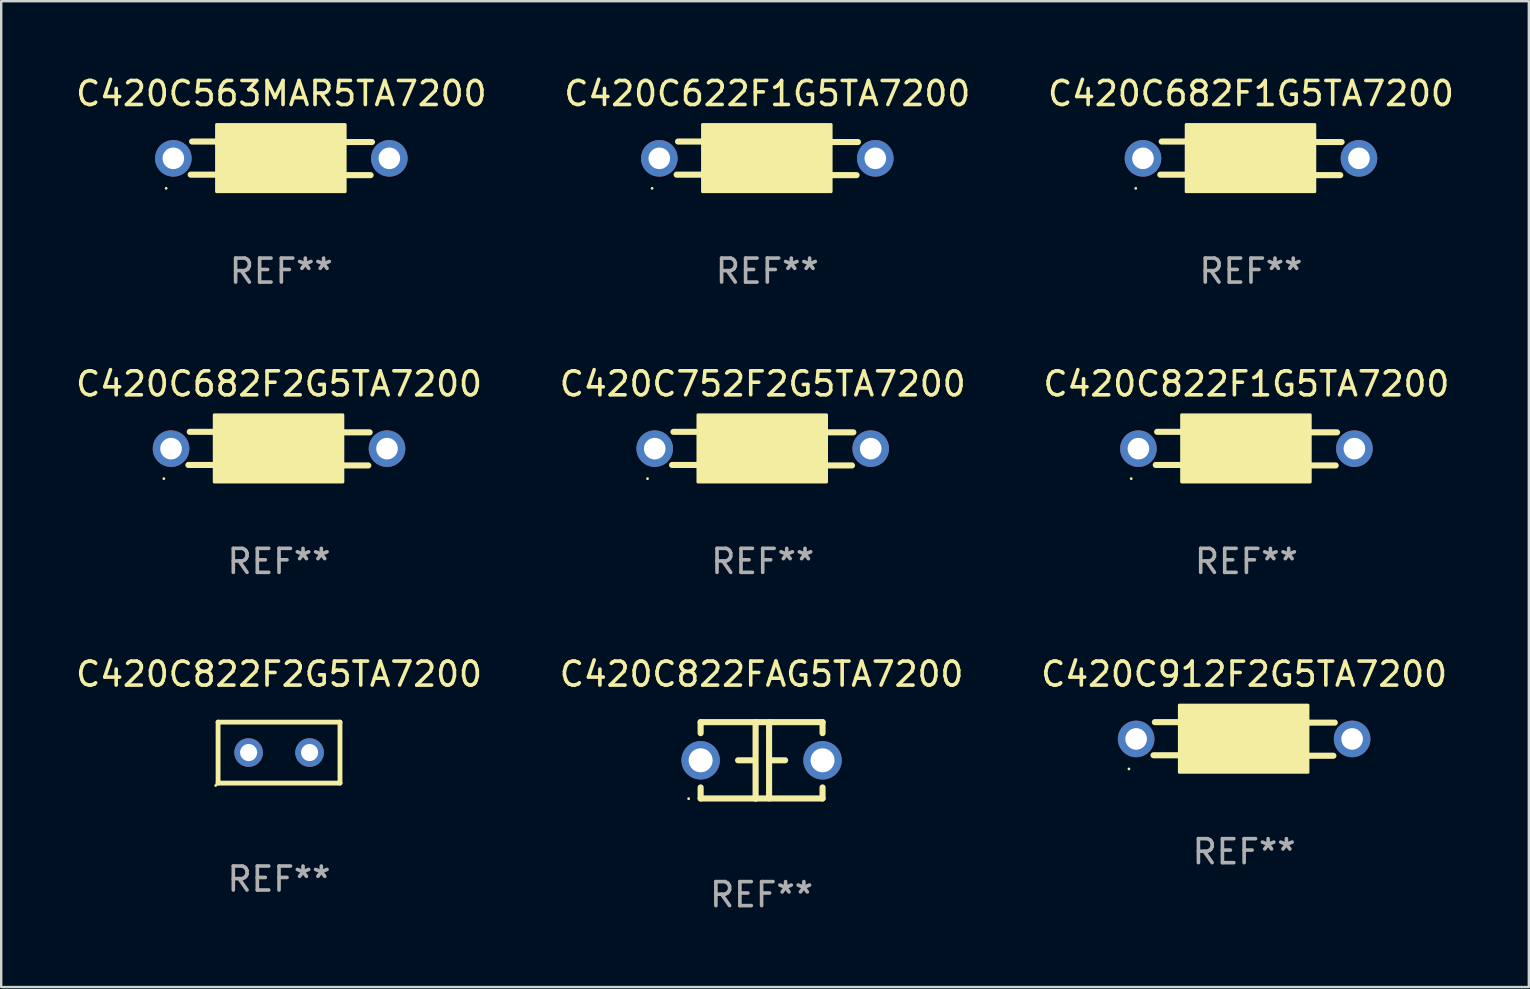
<source format=kicad_pcb>
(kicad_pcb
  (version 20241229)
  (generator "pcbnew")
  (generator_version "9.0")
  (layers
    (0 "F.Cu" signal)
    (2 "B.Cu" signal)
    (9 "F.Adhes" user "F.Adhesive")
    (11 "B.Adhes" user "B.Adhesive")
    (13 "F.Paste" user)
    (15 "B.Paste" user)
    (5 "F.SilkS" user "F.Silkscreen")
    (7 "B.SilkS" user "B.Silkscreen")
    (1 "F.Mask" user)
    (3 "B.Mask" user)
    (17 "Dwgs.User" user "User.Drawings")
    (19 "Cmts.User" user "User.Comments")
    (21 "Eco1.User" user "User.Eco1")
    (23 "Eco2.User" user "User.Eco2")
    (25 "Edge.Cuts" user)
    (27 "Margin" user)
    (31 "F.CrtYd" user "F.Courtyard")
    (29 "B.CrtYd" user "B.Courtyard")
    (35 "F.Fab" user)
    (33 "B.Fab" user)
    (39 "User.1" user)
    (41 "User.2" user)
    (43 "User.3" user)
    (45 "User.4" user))
  (footprint "C420C822F1G5TA7200"
    (layer "F.Cu")
    (at 48.887 15.645)
    (property "Reference" "C420C822F1G5TA7200" (at 0 -2.7 0) (layer "F.SilkS") (effects (font (size 1 1) (thickness 0.15))))
    (attr through_hole)
    (fp_line (start -2.7 -0.7) (end -3.72 -0.7) (stroke (width 0.254) (type solid)) (layer "F.SilkS"))
    (fp_line (start -2.7 0.68) (end -3.777 0.68) (stroke (width 0.254) (type solid)) (layer "F.SilkS"))
    (fp_line (start 2.7 -0.68) (end 3.777 -0.68) (stroke (width 0.254) (type solid)) (layer "F.SilkS"))
    (fp_line (start 2.7 0.7) (end 3.72 0.7) (stroke (width 0.254) (type solid)) (layer "F.SilkS"))
    (fp_circle (center -4.8 1.25) (end -4.77 1.25) (stroke (width 0.06) (type solid)) (fill no) (layer "F.SilkS"))
    (fp_poly (pts (xy -2.7 -1.41) (xy 2.66 -1.41) (xy 2.66 1.39) (xy -2.7 1.39)) (stroke (width 0.12) (type solid)) (fill yes) (layer "F.SilkS"))
    (fp_text user "REF**" (at 0 4.7 0) (layer "F.Fab") (effects (font (size 1 1) (thickness 0.15))))
    (pad "1" thru_hole circle (at -4.5 0) (size 1.524 1.524) (drill 0.9) (layers "*.Cu" "*.Mask"))
    (pad "2" thru_hole circle (at 4.5 0) (size 1.524 1.524) (drill 0.9) (layers "*.Cu" "*.Mask")))
  (footprint "C420C822F2G5TA7200"
    (layer "F.Cu")
    (at 8.577 28.311)
    (property "Reference" "C420C822F2G5TA7200" (at 0 -3.27 0) (layer "F.SilkS") (effects (font (size 1 1) (thickness 0.15))))
    (attr through_hole)
    (fp_line (start -2.54 -1.27) (end -2.54 1.27) (stroke (width 0.201) (type solid)) (layer "F.SilkS"))
    (fp_line (start -2.54 1.27) (end 2.54 1.27) (stroke (width 0.201) (type solid)) (layer "F.SilkS"))
    (fp_line (start 2.54 -1.27) (end -2.54 -1.27) (stroke (width 0.201) (type solid)) (layer "F.SilkS"))
    (fp_line (start 2.54 1.27) (end 2.54 -1.27) (stroke (width 0.201) (type solid)) (layer "F.SilkS"))
    (fp_circle (center -2.64 1.37) (end -2.61 1.37) (stroke (width 0.06) (type solid)) (fill no) (layer "F.SilkS"))
    (fp_text user "REF**" (at 0 5.27 0) (layer "F.Fab") (effects (font (size 1 1) (thickness 0.15))))
    (pad "1" thru_hole circle (at -1.267 -0.003) (size 1.194 1.194) (drill 0.711) (layers "*.Cu" "*.Mask"))
    (pad "2" thru_hole circle (at 1.273 -0.003) (size 1.194 1.194) (drill 0.711) (layers "*.Cu" "*.Mask")))
  (footprint "C420C752F2G5TA7200"
    (layer "F.Cu")
    (at 28.732 15.645)
    (property "Reference" "C420C752F2G5TA7200" (at 0 -2.7 0) (layer "F.SilkS") (effects (font (size 1 1) (thickness 0.15))))
    (attr through_hole)
    (fp_line (start -2.7 -0.7) (end -3.72 -0.7) (stroke (width 0.254) (type solid)) (layer "F.SilkS"))
    (fp_line (start -2.7 0.68) (end -3.777 0.68) (stroke (width 0.254) (type solid)) (layer "F.SilkS"))
    (fp_line (start 2.7 -0.68) (end 3.777 -0.68) (stroke (width 0.254) (type solid)) (layer "F.SilkS"))
    (fp_line (start 2.7 0.7) (end 3.72 0.7) (stroke (width 0.254) (type solid)) (layer "F.SilkS"))
    (fp_circle (center -4.8 1.25) (end -4.77 1.25) (stroke (width 0.06) (type solid)) (fill no) (layer "F.SilkS"))
    (fp_poly (pts (xy -2.7 -1.41) (xy 2.66 -1.41) (xy 2.66 1.39) (xy -2.7 1.39)) (stroke (width 0.12) (type solid)) (fill yes) (layer "F.SilkS"))
    (fp_text user "REF**" (at 0 4.7 0) (layer "F.Fab") (effects (font (size 1 1) (thickness 0.15))))
    (pad "1" thru_hole circle (at -4.5 0) (size 1.524 1.524) (drill 0.9) (layers "*.Cu" "*.Mask"))
    (pad "2" thru_hole circle (at 4.5 0) (size 1.524 1.524) (drill 0.9) (layers "*.Cu" "*.Mask")))
  (footprint "C420C682F2G5TA7200"
    (layer "F.Cu")
    (at 8.577 15.645)
    (property "Reference" "C420C682F2G5TA7200" (at 0 -2.7 0) (layer "F.SilkS") (effects (font (size 1 1) (thickness 0.15))))
    (attr through_hole)
    (fp_line (start -2.7 -0.7) (end -3.72 -0.7) (stroke (width 0.254) (type solid)) (layer "F.SilkS"))
    (fp_line (start -2.7 0.68) (end -3.777 0.68) (stroke (width 0.254) (type solid)) (layer "F.SilkS"))
    (fp_line (start 2.7 -0.68) (end 3.777 -0.68) (stroke (width 0.254) (type solid)) (layer "F.SilkS"))
    (fp_line (start 2.7 0.7) (end 3.72 0.7) (stroke (width 0.254) (type solid)) (layer "F.SilkS"))
    (fp_circle (center -4.8 1.25) (end -4.77 1.25) (stroke (width 0.06) (type solid)) (fill no) (layer "F.SilkS"))
    (fp_poly (pts (xy -2.7 -1.41) (xy 2.66 -1.41) (xy 2.66 1.39) (xy -2.7 1.39)) (stroke (width 0.12) (type solid)) (fill yes) (layer "F.SilkS"))
    (fp_text user "REF**" (at 0 4.7 0) (layer "F.Fab") (effects (font (size 1 1) (thickness 0.15))))
    (pad "1" thru_hole circle (at -4.5 0) (size 1.524 1.524) (drill 0.9) (layers "*.Cu" "*.Mask"))
    (pad "2" thru_hole circle (at 4.5 0) (size 1.524 1.524) (drill 0.9) (layers "*.Cu" "*.Mask")))
  (footprint "C420C682F1G5TA7200"
    (layer "F.Cu")
    (at 49.077 3.548)
    (property "Reference" "C420C682F1G5TA7200" (at 0 -2.7 0) (layer "F.SilkS") (effects (font (size 1 1) (thickness 0.15))))
    (attr through_hole)
    (fp_line (start -2.7 -0.7) (end -3.72 -0.7) (stroke (width 0.254) (type solid)) (layer "F.SilkS"))
    (fp_line (start -2.7 0.68) (end -3.777 0.68) (stroke (width 0.254) (type solid)) (layer "F.SilkS"))
    (fp_line (start 2.7 -0.68) (end 3.777 -0.68) (stroke (width 0.254) (type solid)) (layer "F.SilkS"))
    (fp_line (start 2.7 0.7) (end 3.72 0.7) (stroke (width 0.254) (type solid)) (layer "F.SilkS"))
    (fp_circle (center -4.8 1.25) (end -4.77 1.25) (stroke (width 0.06) (type solid)) (fill no) (layer "F.SilkS"))
    (fp_poly (pts (xy -2.7 -1.41) (xy 2.66 -1.41) (xy 2.66 1.39) (xy -2.7 1.39)) (stroke (width 0.12) (type solid)) (fill yes) (layer "F.SilkS"))
    (fp_text user "REF**" (at 0 4.7 0) (layer "F.Fab") (effects (font (size 1 1) (thickness 0.15))))
    (pad "1" thru_hole circle (at -4.5 0) (size 1.524 1.524) (drill 0.9) (layers "*.Cu" "*.Mask"))
    (pad "2" thru_hole circle (at 4.5 0) (size 1.524 1.524) (drill 0.9) (layers "*.Cu" "*.Mask")))
  (footprint "C420C563MAR5TA7200"
    (layer "F.Cu")
    (at 8.673 3.548)
    (property "Reference" "C420C563MAR5TA7200" (at 0 -2.7 0) (layer "F.SilkS") (effects (font (size 1 1) (thickness 0.15))))
    (attr through_hole)
    (fp_line (start -2.7 -0.7) (end -3.72 -0.7) (stroke (width 0.254) (type solid)) (layer "F.SilkS"))
    (fp_line (start -2.7 0.68) (end -3.777 0.68) (stroke (width 0.254) (type solid)) (layer "F.SilkS"))
    (fp_line (start 2.7 -0.68) (end 3.777 -0.68) (stroke (width 0.254) (type solid)) (layer "F.SilkS"))
    (fp_line (start 2.7 0.7) (end 3.72 0.7) (stroke (width 0.254) (type solid)) (layer "F.SilkS"))
    (fp_circle (center -4.8 1.25) (end -4.77 1.25) (stroke (width 0.06) (type solid)) (fill no) (layer "F.SilkS"))
    (fp_poly (pts (xy -2.7 -1.41) (xy 2.66 -1.41) (xy 2.66 1.39) (xy -2.7 1.39)) (stroke (width 0.12) (type solid)) (fill yes) (layer "F.SilkS"))
    (fp_text user "REF**" (at 0 4.7 0) (layer "F.Fab") (effects (font (size 1 1) (thickness 0.15))))
    (pad "1" thru_hole circle (at -4.5 0) (size 1.524 1.524) (drill 0.9) (layers "*.Cu" "*.Mask"))
    (pad "2" thru_hole circle (at 4.5 0) (size 1.524 1.524) (drill 0.9) (layers "*.Cu" "*.Mask")))
  (footprint "C420C622F1G5TA7200"
    (layer "F.Cu")
    (at 28.923 3.548)
    (property "Reference" "C420C622F1G5TA7200" (at 0 -2.7 0) (layer "F.SilkS") (effects (font (size 1 1) (thickness 0.15))))
    (attr through_hole)
    (fp_line (start -2.7 -0.7) (end -3.72 -0.7) (stroke (width 0.254) (type solid)) (layer "F.SilkS"))
    (fp_line (start -2.7 0.68) (end -3.777 0.68) (stroke (width 0.254) (type solid)) (layer "F.SilkS"))
    (fp_line (start 2.7 -0.68) (end 3.777 -0.68) (stroke (width 0.254) (type solid)) (layer "F.SilkS"))
    (fp_line (start 2.7 0.7) (end 3.72 0.7) (stroke (width 0.254) (type solid)) (layer "F.SilkS"))
    (fp_circle (center -4.8 1.25) (end -4.77 1.25) (stroke (width 0.06) (type solid)) (fill no) (layer "F.SilkS"))
    (fp_poly (pts (xy -2.7 -1.41) (xy 2.66 -1.41) (xy 2.66 1.39) (xy -2.7 1.39)) (stroke (width 0.12) (type solid)) (fill yes) (layer "F.SilkS"))
    (fp_text user "REF**" (at 0 4.7 0) (layer "F.Fab") (effects (font (size 1 1) (thickness 0.15))))
    (pad "1" thru_hole circle (at -4.5 0) (size 1.524 1.524) (drill 0.9) (layers "*.Cu" "*.Mask"))
    (pad "2" thru_hole circle (at 4.5 0) (size 1.524 1.524) (drill 0.9) (layers "*.Cu" "*.Mask")))
  (footprint "C420C822FAG5TA7200"
    (layer "F.Cu")
    (at 28.685 28.636)
    (property "Reference" "C420C822FAG5TA7200" (at 0 -3.595 0) (layer "F.SilkS") (effects (font (size 1 1) (thickness 0.15))))
    (attr through_hole)
    (fp_line (start -2.54 -1.595) (end -2.54 -1.136) (stroke (width 0.254) (type solid)) (layer "F.SilkS"))
    (fp_line (start -2.54 -1.595) (end 2.54 -1.595) (stroke (width 0.254) (type solid)) (layer "F.SilkS"))
    (fp_line (start -2.54 1.126) (end -2.54 1.585) (stroke (width 0.254) (type solid)) (layer "F.SilkS"))
    (fp_line (start -0.312 -0.005) (end -0.98 -0.005) (stroke (width 0.254) (type solid)) (layer "F.SilkS"))
    (fp_line (start -0.25 -1.585) (end -0.25 1.595) (stroke (width 0.254) (type solid)) (layer "F.SilkS"))
    (fp_line (start 0.312 -1.595) (end 0.312 1.585) (stroke (width 0.254) (type solid)) (layer "F.SilkS"))
    (fp_line (start 0.312 -0.005) (end 0.98 -0.005) (stroke (width 0.254) (type solid)) (layer "F.SilkS"))
    (fp_line (start 2.54 -1.595) (end 2.54 -1.136) (stroke (width 0.254) (type solid)) (layer "F.SilkS"))
    (fp_line (start 2.54 1.126) (end 2.54 1.585) (stroke (width 0.254) (type solid)) (layer "F.SilkS"))
    (fp_line (start 2.54 1.585) (end -2.54 1.585) (stroke (width 0.254) (type solid)) (layer "F.SilkS"))
    (fp_circle (center -3.04 1.595) (end -3.01 1.595) (stroke (width 0.06) (type solid)) (fill no) (layer "F.SilkS"))
    (fp_text user "REF**" (at 0 5.595 0) (layer "F.Fab") (effects (font (size 1 1) (thickness 0.15))))
    (pad "1" thru_hole circle (at -2.54 -0.005) (size 1.6 1.6) (drill 1) (layers "*.Cu" "*.Mask"))
    (pad "2" thru_hole circle (at 2.54 -0.005) (size 1.6 1.6) (drill 1) (layers "*.Cu" "*.Mask")))
  (footprint "C420C912F2G5TA7200"
    (layer "F.Cu")
    (at 48.792 27.741)
    (property "Reference" "C420C912F2G5TA7200" (at 0 -2.7 0) (layer "F.SilkS") (effects (font (size 1 1) (thickness 0.15))))
    (attr through_hole)
    (fp_line (start -2.7 -0.7) (end -3.72 -0.7) (stroke (width 0.254) (type solid)) (layer "F.SilkS"))
    (fp_line (start -2.7 0.68) (end -3.777 0.68) (stroke (width 0.254) (type solid)) (layer "F.SilkS"))
    (fp_line (start 2.7 -0.68) (end 3.777 -0.68) (stroke (width 0.254) (type solid)) (layer "F.SilkS"))
    (fp_line (start 2.7 0.7) (end 3.72 0.7) (stroke (width 0.254) (type solid)) (layer "F.SilkS"))
    (fp_circle (center -4.8 1.25) (end -4.77 1.25) (stroke (width 0.06) (type solid)) (fill no) (layer "F.SilkS"))
    (fp_poly (pts (xy -2.7 -1.41) (xy 2.66 -1.41) (xy 2.66 1.39) (xy -2.7 1.39)) (stroke (width 0.12) (type solid)) (fill yes) (layer "F.SilkS"))
    (fp_text user "REF**" (at 0 4.7 0) (layer "F.Fab") (effects (font (size 1 1) (thickness 0.15))))
    (pad "1" thru_hole circle (at -4.5 0) (size 1.524 1.524) (drill 0.9) (layers "*.Cu" "*.Mask"))
    (pad "2" thru_hole circle (at 4.5 0) (size 1.524 1.524) (drill 0.9) (layers "*.Cu" "*.Mask")))
  (gr_rect
    (start -3 -3)
    (end 60.655 38.079)
    (stroke (width 0.1) (type default))
    (fill no)
    (layer "Edge.Cuts")))
</source>
